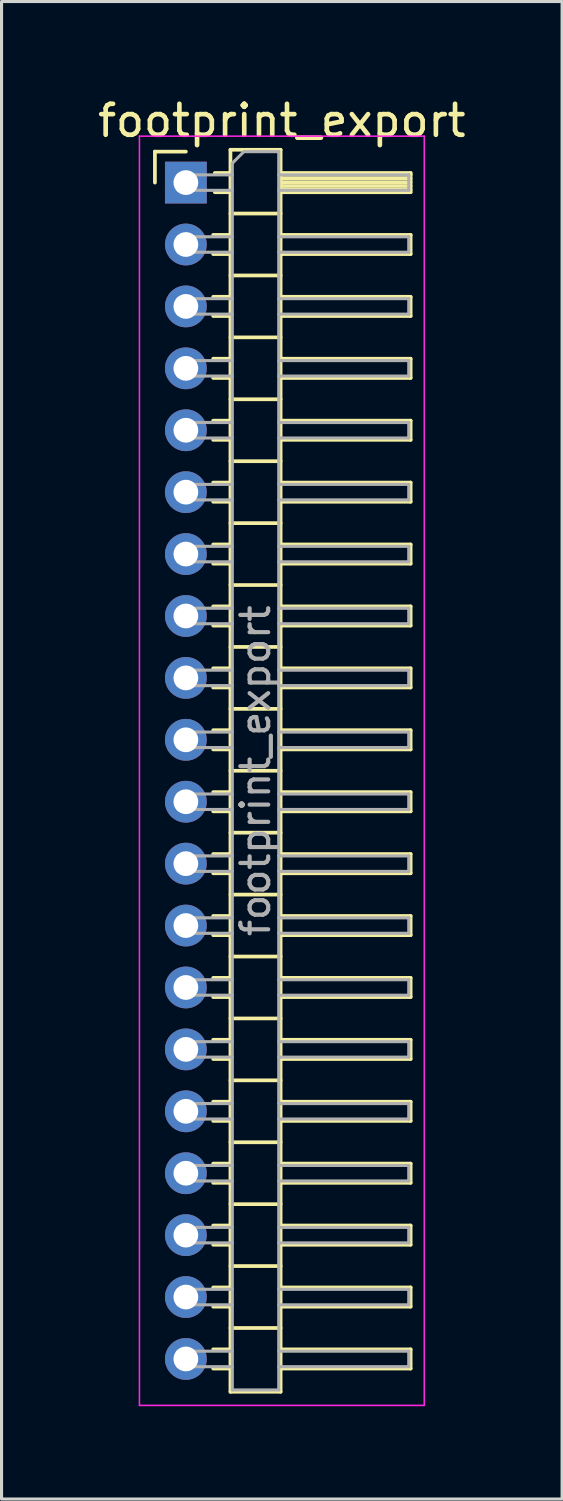
<source format=kicad_pcb>
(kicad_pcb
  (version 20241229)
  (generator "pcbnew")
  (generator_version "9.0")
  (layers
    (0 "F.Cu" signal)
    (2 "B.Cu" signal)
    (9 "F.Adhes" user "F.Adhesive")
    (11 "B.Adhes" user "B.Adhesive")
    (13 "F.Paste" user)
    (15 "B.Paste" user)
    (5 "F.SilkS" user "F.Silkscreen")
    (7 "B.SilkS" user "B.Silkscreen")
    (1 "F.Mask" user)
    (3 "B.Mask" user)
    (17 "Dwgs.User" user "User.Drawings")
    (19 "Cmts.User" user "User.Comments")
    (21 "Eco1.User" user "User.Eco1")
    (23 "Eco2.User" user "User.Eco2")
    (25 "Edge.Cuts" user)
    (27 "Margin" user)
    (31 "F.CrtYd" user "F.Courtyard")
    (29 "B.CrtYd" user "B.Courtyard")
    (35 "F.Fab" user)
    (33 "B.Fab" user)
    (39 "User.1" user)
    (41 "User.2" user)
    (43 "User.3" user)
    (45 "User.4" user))
  (footprint "footprint_export"
    (layer "F.Cu")
    (at 2.954 2.848)
    (property "Reference" "footprint_export" (at 3.1 -2 0) (layer "F.SilkS") (effects (font (size 1 1) (thickness 0.15))))
    (attr through_hole)
    (fp_line (start -1 -1) (end 0 -1) (stroke (width 0.12) (type solid)) (layer "F.SilkS"))
    (fp_line (start -1 0) (end -1 -1) (stroke (width 0.12) (type solid)) (layer "F.SilkS"))
    (fp_line (start 0.882 1.69) (end 1.44 1.69) (stroke (width 0.12) (type solid)) (layer "F.SilkS"))
    (fp_line (start 0.882 2.31) (end 1.44 2.31) (stroke (width 0.12) (type solid)) (layer "F.SilkS"))
    (fp_line (start 0.882 3.69) (end 1.44 3.69) (stroke (width 0.12) (type solid)) (layer "F.SilkS"))
    (fp_line (start 0.882 4.31) (end 1.44 4.31) (stroke (width 0.12) (type solid)) (layer "F.SilkS"))
    (fp_line (start 0.882 5.69) (end 1.44 5.69) (stroke (width 0.12) (type solid)) (layer "F.SilkS"))
    (fp_line (start 0.882 6.31) (end 1.44 6.31) (stroke (width 0.12) (type solid)) (layer "F.SilkS"))
    (fp_line (start 0.882 7.69) (end 1.44 7.69) (stroke (width 0.12) (type solid)) (layer "F.SilkS"))
    (fp_line (start 0.882 8.31) (end 1.44 8.31) (stroke (width 0.12) (type solid)) (layer "F.SilkS"))
    (fp_line (start 0.882 9.69) (end 1.44 9.69) (stroke (width 0.12) (type solid)) (layer "F.SilkS"))
    (fp_line (start 0.882 10.31) (end 1.44 10.31) (stroke (width 0.12) (type solid)) (layer "F.SilkS"))
    (fp_line (start 0.882 11.69) (end 1.44 11.69) (stroke (width 0.12) (type solid)) (layer "F.SilkS"))
    (fp_line (start 0.882 12.31) (end 1.44 12.31) (stroke (width 0.12) (type solid)) (layer "F.SilkS"))
    (fp_line (start 0.882 13.69) (end 1.44 13.69) (stroke (width 0.12) (type solid)) (layer "F.SilkS"))
    (fp_line (start 0.882 14.31) (end 1.44 14.31) (stroke (width 0.12) (type solid)) (layer "F.SilkS"))
    (fp_line (start 0.882 15.69) (end 1.44 15.69) (stroke (width 0.12) (type solid)) (layer "F.SilkS"))
    (fp_line (start 0.882 16.31) (end 1.44 16.31) (stroke (width 0.12) (type solid)) (layer "F.SilkS"))
    (fp_line (start 0.882 17.69) (end 1.44 17.69) (stroke (width 0.12) (type solid)) (layer "F.SilkS"))
    (fp_line (start 0.882 18.31) (end 1.44 18.31) (stroke (width 0.12) (type solid)) (layer "F.SilkS"))
    (fp_line (start 0.882 19.69) (end 1.44 19.69) (stroke (width 0.12) (type solid)) (layer "F.SilkS"))
    (fp_line (start 0.882 20.31) (end 1.44 20.31) (stroke (width 0.12) (type solid)) (layer "F.SilkS"))
    (fp_line (start 0.882 21.69) (end 1.44 21.69) (stroke (width 0.12) (type solid)) (layer "F.SilkS"))
    (fp_line (start 0.882 22.31) (end 1.44 22.31) (stroke (width 0.12) (type solid)) (layer "F.SilkS"))
    (fp_line (start 0.882 23.69) (end 1.44 23.69) (stroke (width 0.12) (type solid)) (layer "F.SilkS"))
    (fp_line (start 0.882 24.31) (end 1.44 24.31) (stroke (width 0.12) (type solid)) (layer "F.SilkS"))
    (fp_line (start 0.882 25.69) (end 1.44 25.69) (stroke (width 0.12) (type solid)) (layer "F.SilkS"))
    (fp_line (start 0.882 26.31) (end 1.44 26.31) (stroke (width 0.12) (type solid)) (layer "F.SilkS"))
    (fp_line (start 0.882 27.69) (end 1.44 27.69) (stroke (width 0.12) (type solid)) (layer "F.SilkS"))
    (fp_line (start 0.882 28.31) (end 1.44 28.31) (stroke (width 0.12) (type solid)) (layer "F.SilkS"))
    (fp_line (start 0.882 29.69) (end 1.44 29.69) (stroke (width 0.12) (type solid)) (layer "F.SilkS"))
    (fp_line (start 0.882 30.31) (end 1.44 30.31) (stroke (width 0.12) (type solid)) (layer "F.SilkS"))
    (fp_line (start 0.882 31.69) (end 1.44 31.69) (stroke (width 0.12) (type solid)) (layer "F.SilkS"))
    (fp_line (start 0.882 32.31) (end 1.44 32.31) (stroke (width 0.12) (type solid)) (layer "F.SilkS"))
    (fp_line (start 0.882 33.69) (end 1.44 33.69) (stroke (width 0.12) (type solid)) (layer "F.SilkS"))
    (fp_line (start 0.882 34.31) (end 1.44 34.31) (stroke (width 0.12) (type solid)) (layer "F.SilkS"))
    (fp_line (start 0.882 35.69) (end 1.44 35.69) (stroke (width 0.12) (type solid)) (layer "F.SilkS"))
    (fp_line (start 0.882 36.31) (end 1.44 36.31) (stroke (width 0.12) (type solid)) (layer "F.SilkS"))
    (fp_line (start 0.882 37.69) (end 1.44 37.69) (stroke (width 0.12) (type solid)) (layer "F.SilkS"))
    (fp_line (start 0.882 38.31) (end 1.44 38.31) (stroke (width 0.12) (type solid)) (layer "F.SilkS"))
    (fp_line (start 0.935 -0.31) (end 1.44 -0.31) (stroke (width 0.12) (type solid)) (layer "F.SilkS"))
    (fp_line (start 0.935 0.31) (end 1.44 0.31) (stroke (width 0.12) (type solid)) (layer "F.SilkS"))
    (fp_line (start 1.44 -1.06) (end 1.44 39.06) (stroke (width 0.12) (type solid)) (layer "F.SilkS"))
    (fp_line (start 1.44 1) (end 3.06 1) (stroke (width 0.12) (type solid)) (layer "F.SilkS"))
    (fp_line (start 1.44 3) (end 3.06 3) (stroke (width 0.12) (type solid)) (layer "F.SilkS"))
    (fp_line (start 1.44 5) (end 3.06 5) (stroke (width 0.12) (type solid)) (layer "F.SilkS"))
    (fp_line (start 1.44 7) (end 3.06 7) (stroke (width 0.12) (type solid)) (layer "F.SilkS"))
    (fp_line (start 1.44 9) (end 3.06 9) (stroke (width 0.12) (type solid)) (layer "F.SilkS"))
    (fp_line (start 1.44 11) (end 3.06 11) (stroke (width 0.12) (type solid)) (layer "F.SilkS"))
    (fp_line (start 1.44 13) (end 3.06 13) (stroke (width 0.12) (type solid)) (layer "F.SilkS"))
    (fp_line (start 1.44 15) (end 3.06 15) (stroke (width 0.12) (type solid)) (layer "F.SilkS"))
    (fp_line (start 1.44 17) (end 3.06 17) (stroke (width 0.12) (type solid)) (layer "F.SilkS"))
    (fp_line (start 1.44 19) (end 3.06 19) (stroke (width 0.12) (type solid)) (layer "F.SilkS"))
    (fp_line (start 1.44 21) (end 3.06 21) (stroke (width 0.12) (type solid)) (layer "F.SilkS"))
    (fp_line (start 1.44 23) (end 3.06 23) (stroke (width 0.12) (type solid)) (layer "F.SilkS"))
    (fp_line (start 1.44 25) (end 3.06 25) (stroke (width 0.12) (type solid)) (layer "F.SilkS"))
    (fp_line (start 1.44 27) (end 3.06 27) (stroke (width 0.12) (type solid)) (layer "F.SilkS"))
    (fp_line (start 1.44 29) (end 3.06 29) (stroke (width 0.12) (type solid)) (layer "F.SilkS"))
    (fp_line (start 1.44 31) (end 3.06 31) (stroke (width 0.12) (type solid)) (layer "F.SilkS"))
    (fp_line (start 1.44 33) (end 3.06 33) (stroke (width 0.12) (type solid)) (layer "F.SilkS"))
    (fp_line (start 1.44 35) (end 3.06 35) (stroke (width 0.12) (type solid)) (layer "F.SilkS"))
    (fp_line (start 1.44 37) (end 3.06 37) (stroke (width 0.12) (type solid)) (layer "F.SilkS"))
    (fp_line (start 1.44 39.06) (end 3.06 39.06) (stroke (width 0.12) (type solid)) (layer "F.SilkS"))
    (fp_line (start 3.06 -1.06) (end 1.44 -1.06) (stroke (width 0.12) (type solid)) (layer "F.SilkS"))
    (fp_line (start 3.06 -0.31) (end 7.26 -0.31) (stroke (width 0.12) (type solid)) (layer "F.SilkS"))
    (fp_line (start 3.06 -0.25) (end 7.26 -0.25) (stroke (width 0.12) (type solid)) (layer "F.SilkS"))
    (fp_line (start 3.06 -0.13) (end 7.26 -0.13) (stroke (width 0.12) (type solid)) (layer "F.SilkS"))
    (fp_line (start 3.06 -0.01) (end 7.26 -0.01) (stroke (width 0.12) (type solid)) (layer "F.SilkS"))
    (fp_line (start 3.06 0.11) (end 7.26 0.11) (stroke (width 0.12) (type solid)) (layer "F.SilkS"))
    (fp_line (start 3.06 0.23) (end 7.26 0.23) (stroke (width 0.12) (type solid)) (layer "F.SilkS"))
    (fp_line (start 3.06 1.69) (end 7.26 1.69) (stroke (width 0.12) (type solid)) (layer "F.SilkS"))
    (fp_line (start 3.06 3.69) (end 7.26 3.69) (stroke (width 0.12) (type solid)) (layer "F.SilkS"))
    (fp_line (start 3.06 5.69) (end 7.26 5.69) (stroke (width 0.12) (type solid)) (layer "F.SilkS"))
    (fp_line (start 3.06 7.69) (end 7.26 7.69) (stroke (width 0.12) (type solid)) (layer "F.SilkS"))
    (fp_line (start 3.06 9.69) (end 7.26 9.69) (stroke (width 0.12) (type solid)) (layer "F.SilkS"))
    (fp_line (start 3.06 11.69) (end 7.26 11.69) (stroke (width 0.12) (type solid)) (layer "F.SilkS"))
    (fp_line (start 3.06 13.69) (end 7.26 13.69) (stroke (width 0.12) (type solid)) (layer "F.SilkS"))
    (fp_line (start 3.06 15.69) (end 7.26 15.69) (stroke (width 0.12) (type solid)) (layer "F.SilkS"))
    (fp_line (start 3.06 17.69) (end 7.26 17.69) (stroke (width 0.12) (type solid)) (layer "F.SilkS"))
    (fp_line (start 3.06 19.69) (end 7.26 19.69) (stroke (width 0.12) (type solid)) (layer "F.SilkS"))
    (fp_line (start 3.06 21.69) (end 7.26 21.69) (stroke (width 0.12) (type solid)) (layer "F.SilkS"))
    (fp_line (start 3.06 23.69) (end 7.26 23.69) (stroke (width 0.12) (type solid)) (layer "F.SilkS"))
    (fp_line (start 3.06 25.69) (end 7.26 25.69) (stroke (width 0.12) (type solid)) (layer "F.SilkS"))
    (fp_line (start 3.06 27.69) (end 7.26 27.69) (stroke (width 0.12) (type solid)) (layer "F.SilkS"))
    (fp_line (start 3.06 29.69) (end 7.26 29.69) (stroke (width 0.12) (type solid)) (layer "F.SilkS"))
    (fp_line (start 3.06 31.69) (end 7.26 31.69) (stroke (width 0.12) (type solid)) (layer "F.SilkS"))
    (fp_line (start 3.06 33.69) (end 7.26 33.69) (stroke (width 0.12) (type solid)) (layer "F.SilkS"))
    (fp_line (start 3.06 35.69) (end 7.26 35.69) (stroke (width 0.12) (type solid)) (layer "F.SilkS"))
    (fp_line (start 3.06 37.69) (end 7.26 37.69) (stroke (width 0.12) (type solid)) (layer "F.SilkS"))
    (fp_line (start 3.06 39.06) (end 3.06 -1.06) (stroke (width 0.12) (type solid)) (layer "F.SilkS"))
    (fp_line (start 7.26 -0.31) (end 7.26 0.31) (stroke (width 0.12) (type solid)) (layer "F.SilkS"))
    (fp_line (start 7.26 0.31) (end 3.06 0.31) (stroke (width 0.12) (type solid)) (layer "F.SilkS"))
    (fp_line (start 7.26 1.69) (end 7.26 2.31) (stroke (width 0.12) (type solid)) (layer "F.SilkS"))
    (fp_line (start 7.26 2.31) (end 3.06 2.31) (stroke (width 0.12) (type solid)) (layer "F.SilkS"))
    (fp_line (start 7.26 3.69) (end 7.26 4.31) (stroke (width 0.12) (type solid)) (layer "F.SilkS"))
    (fp_line (start 7.26 4.31) (end 3.06 4.31) (stroke (width 0.12) (type solid)) (layer "F.SilkS"))
    (fp_line (start 7.26 5.69) (end 7.26 6.31) (stroke (width 0.12) (type solid)) (layer "F.SilkS"))
    (fp_line (start 7.26 6.31) (end 3.06 6.31) (stroke (width 0.12) (type solid)) (layer "F.SilkS"))
    (fp_line (start 7.26 7.69) (end 7.26 8.31) (stroke (width 0.12) (type solid)) (layer "F.SilkS"))
    (fp_line (start 7.26 8.31) (end 3.06 8.31) (stroke (width 0.12) (type solid)) (layer "F.SilkS"))
    (fp_line (start 7.26 9.69) (end 7.26 10.31) (stroke (width 0.12) (type solid)) (layer "F.SilkS"))
    (fp_line (start 7.26 10.31) (end 3.06 10.31) (stroke (width 0.12) (type solid)) (layer "F.SilkS"))
    (fp_line (start 7.26 11.69) (end 7.26 12.31) (stroke (width 0.12) (type solid)) (layer "F.SilkS"))
    (fp_line (start 7.26 12.31) (end 3.06 12.31) (stroke (width 0.12) (type solid)) (layer "F.SilkS"))
    (fp_line (start 7.26 13.69) (end 7.26 14.31) (stroke (width 0.12) (type solid)) (layer "F.SilkS"))
    (fp_line (start 7.26 14.31) (end 3.06 14.31) (stroke (width 0.12) (type solid)) (layer "F.SilkS"))
    (fp_line (start 7.26 15.69) (end 7.26 16.31) (stroke (width 0.12) (type solid)) (layer "F.SilkS"))
    (fp_line (start 7.26 16.31) (end 3.06 16.31) (stroke (width 0.12) (type solid)) (layer "F.SilkS"))
    (fp_line (start 7.26 17.69) (end 7.26 18.31) (stroke (width 0.12) (type solid)) (layer "F.SilkS"))
    (fp_line (start 7.26 18.31) (end 3.06 18.31) (stroke (width 0.12) (type solid)) (layer "F.SilkS"))
    (fp_line (start 7.26 19.69) (end 7.26 20.31) (stroke (width 0.12) (type solid)) (layer "F.SilkS"))
    (fp_line (start 7.26 20.31) (end 3.06 20.31) (stroke (width 0.12) (type solid)) (layer "F.SilkS"))
    (fp_line (start 7.26 21.69) (end 7.26 22.31) (stroke (width 0.12) (type solid)) (layer "F.SilkS"))
    (fp_line (start 7.26 22.31) (end 3.06 22.31) (stroke (width 0.12) (type solid)) (layer "F.SilkS"))
    (fp_line (start 7.26 23.69) (end 7.26 24.31) (stroke (width 0.12) (type solid)) (layer "F.SilkS"))
    (fp_line (start 7.26 24.31) (end 3.06 24.31) (stroke (width 0.12) (type solid)) (layer "F.SilkS"))
    (fp_line (start 7.26 25.69) (end 7.26 26.31) (stroke (width 0.12) (type solid)) (layer "F.SilkS"))
    (fp_line (start 7.26 26.31) (end 3.06 26.31) (stroke (width 0.12) (type solid)) (layer "F.SilkS"))
    (fp_line (start 7.26 27.69) (end 7.26 28.31) (stroke (width 0.12) (type solid)) (layer "F.SilkS"))
    (fp_line (start 7.26 28.31) (end 3.06 28.31) (stroke (width 0.12) (type solid)) (layer "F.SilkS"))
    (fp_line (start 7.26 29.69) (end 7.26 30.31) (stroke (width 0.12) (type solid)) (layer "F.SilkS"))
    (fp_line (start 7.26 30.31) (end 3.06 30.31) (stroke (width 0.12) (type solid)) (layer "F.SilkS"))
    (fp_line (start 7.26 31.69) (end 7.26 32.31) (stroke (width 0.12) (type solid)) (layer "F.SilkS"))
    (fp_line (start 7.26 32.31) (end 3.06 32.31) (stroke (width 0.12) (type solid)) (layer "F.SilkS"))
    (fp_line (start 7.26 33.69) (end 7.26 34.31) (stroke (width 0.12) (type solid)) (layer "F.SilkS"))
    (fp_line (start 7.26 34.31) (end 3.06 34.31) (stroke (width 0.12) (type solid)) (layer "F.SilkS"))
    (fp_line (start 7.26 35.69) (end 7.26 36.31) (stroke (width 0.12) (type solid)) (layer "F.SilkS"))
    (fp_line (start 7.26 36.31) (end 3.06 36.31) (stroke (width 0.12) (type solid)) (layer "F.SilkS"))
    (fp_line (start 7.26 37.69) (end 7.26 38.31) (stroke (width 0.12) (type solid)) (layer "F.SilkS"))
    (fp_line (start 7.26 38.31) (end 3.06 38.31) (stroke (width 0.12) (type solid)) (layer "F.SilkS"))
    (fp_line (start -1.5 -1.5) (end -1.5 39.5) (stroke (width 0.05) (type solid)) (layer "F.CrtYd"))
    (fp_line (start -1.5 39.5) (end 7.7 39.5) (stroke (width 0.05) (type solid)) (layer "F.CrtYd"))
    (fp_line (start 7.7 -1.5) (end -1.5 -1.5) (stroke (width 0.05) (type solid)) (layer "F.CrtYd"))
    (fp_line (start 7.7 39.5) (end 7.7 -1.5) (stroke (width 0.05) (type solid)) (layer "F.CrtYd"))
    (fp_line (start -0.25 -0.25) (end -0.25 0.25) (stroke (width 0.1) (type solid)) (layer "F.Fab"))
    (fp_line (start -0.25 -0.25) (end 1.5 -0.25) (stroke (width 0.1) (type solid)) (layer "F.Fab"))
    (fp_line (start -0.25 0.25) (end 1.5 0.25) (stroke (width 0.1) (type solid)) (layer "F.Fab"))
    (fp_line (start -0.25 1.75) (end -0.25 2.25) (stroke (width 0.1) (type solid)) (layer "F.Fab"))
    (fp_line (start -0.25 1.75) (end 1.5 1.75) (stroke (width 0.1) (type solid)) (layer "F.Fab"))
    (fp_line (start -0.25 2.25) (end 1.5 2.25) (stroke (width 0.1) (type solid)) (layer "F.Fab"))
    (fp_line (start -0.25 3.75) (end -0.25 4.25) (stroke (width 0.1) (type solid)) (layer "F.Fab"))
    (fp_line (start -0.25 3.75) (end 1.5 3.75) (stroke (width 0.1) (type solid)) (layer "F.Fab"))
    (fp_line (start -0.25 4.25) (end 1.5 4.25) (stroke (width 0.1) (type solid)) (layer "F.Fab"))
    (fp_line (start -0.25 5.75) (end -0.25 6.25) (stroke (width 0.1) (type solid)) (layer "F.Fab"))
    (fp_line (start -0.25 5.75) (end 1.5 5.75) (stroke (width 0.1) (type solid)) (layer "F.Fab"))
    (fp_line (start -0.25 6.25) (end 1.5 6.25) (stroke (width 0.1) (type solid)) (layer "F.Fab"))
    (fp_line (start -0.25 7.75) (end -0.25 8.25) (stroke (width 0.1) (type solid)) (layer "F.Fab"))
    (fp_line (start -0.25 7.75) (end 1.5 7.75) (stroke (width 0.1) (type solid)) (layer "F.Fab"))
    (fp_line (start -0.25 8.25) (end 1.5 8.25) (stroke (width 0.1) (type solid)) (layer "F.Fab"))
    (fp_line (start -0.25 9.75) (end -0.25 10.25) (stroke (width 0.1) (type solid)) (layer "F.Fab"))
    (fp_line (start -0.25 9.75) (end 1.5 9.75) (stroke (width 0.1) (type solid)) (layer "F.Fab"))
    (fp_line (start -0.25 10.25) (end 1.5 10.25) (stroke (width 0.1) (type solid)) (layer "F.Fab"))
    (fp_line (start -0.25 11.75) (end -0.25 12.25) (stroke (width 0.1) (type solid)) (layer "F.Fab"))
    (fp_line (start -0.25 11.75) (end 1.5 11.75) (stroke (width 0.1) (type solid)) (layer "F.Fab"))
    (fp_line (start -0.25 12.25) (end 1.5 12.25) (stroke (width 0.1) (type solid)) (layer "F.Fab"))
    (fp_line (start -0.25 13.75) (end -0.25 14.25) (stroke (width 0.1) (type solid)) (layer "F.Fab"))
    (fp_line (start -0.25 13.75) (end 1.5 13.75) (stroke (width 0.1) (type solid)) (layer "F.Fab"))
    (fp_line (start -0.25 14.25) (end 1.5 14.25) (stroke (width 0.1) (type solid)) (layer "F.Fab"))
    (fp_line (start -0.25 15.75) (end -0.25 16.25) (stroke (width 0.1) (type solid)) (layer "F.Fab"))
    (fp_line (start -0.25 15.75) (end 1.5 15.75) (stroke (width 0.1) (type solid)) (layer "F.Fab"))
    (fp_line (start -0.25 16.25) (end 1.5 16.25) (stroke (width 0.1) (type solid)) (layer "F.Fab"))
    (fp_line (start -0.25 17.75) (end -0.25 18.25) (stroke (width 0.1) (type solid)) (layer "F.Fab"))
    (fp_line (start -0.25 17.75) (end 1.5 17.75) (stroke (width 0.1) (type solid)) (layer "F.Fab"))
    (fp_line (start -0.25 18.25) (end 1.5 18.25) (stroke (width 0.1) (type solid)) (layer "F.Fab"))
    (fp_line (start -0.25 19.75) (end -0.25 20.25) (stroke (width 0.1) (type solid)) (layer "F.Fab"))
    (fp_line (start -0.25 19.75) (end 1.5 19.75) (stroke (width 0.1) (type solid)) (layer "F.Fab"))
    (fp_line (start -0.25 20.25) (end 1.5 20.25) (stroke (width 0.1) (type solid)) (layer "F.Fab"))
    (fp_line (start -0.25 21.75) (end -0.25 22.25) (stroke (width 0.1) (type solid)) (layer "F.Fab"))
    (fp_line (start -0.25 21.75) (end 1.5 21.75) (stroke (width 0.1) (type solid)) (layer "F.Fab"))
    (fp_line (start -0.25 22.25) (end 1.5 22.25) (stroke (width 0.1) (type solid)) (layer "F.Fab"))
    (fp_line (start -0.25 23.75) (end -0.25 24.25) (stroke (width 0.1) (type solid)) (layer "F.Fab"))
    (fp_line (start -0.25 23.75) (end 1.5 23.75) (stroke (width 0.1) (type solid)) (layer "F.Fab"))
    (fp_line (start -0.25 24.25) (end 1.5 24.25) (stroke (width 0.1) (type solid)) (layer "F.Fab"))
    (fp_line (start -0.25 25.75) (end -0.25 26.25) (stroke (width 0.1) (type solid)) (layer "F.Fab"))
    (fp_line (start -0.25 25.75) (end 1.5 25.75) (stroke (width 0.1) (type solid)) (layer "F.Fab"))
    (fp_line (start -0.25 26.25) (end 1.5 26.25) (stroke (width 0.1) (type solid)) (layer "F.Fab"))
    (fp_line (start -0.25 27.75) (end -0.25 28.25) (stroke (width 0.1) (type solid)) (layer "F.Fab"))
    (fp_line (start -0.25 27.75) (end 1.5 27.75) (stroke (width 0.1) (type solid)) (layer "F.Fab"))
    (fp_line (start -0.25 28.25) (end 1.5 28.25) (stroke (width 0.1) (type solid)) (layer "F.Fab"))
    (fp_line (start -0.25 29.75) (end -0.25 30.25) (stroke (width 0.1) (type solid)) (layer "F.Fab"))
    (fp_line (start -0.25 29.75) (end 1.5 29.75) (stroke (width 0.1) (type solid)) (layer "F.Fab"))
    (fp_line (start -0.25 30.25) (end 1.5 30.25) (stroke (width 0.1) (type solid)) (layer "F.Fab"))
    (fp_line (start -0.25 31.75) (end -0.25 32.25) (stroke (width 0.1) (type solid)) (layer "F.Fab"))
    (fp_line (start -0.25 31.75) (end 1.5 31.75) (stroke (width 0.1) (type solid)) (layer "F.Fab"))
    (fp_line (start -0.25 32.25) (end 1.5 32.25) (stroke (width 0.1) (type solid)) (layer "F.Fab"))
    (fp_line (start -0.25 33.75) (end -0.25 34.25) (stroke (width 0.1) (type solid)) (layer "F.Fab"))
    (fp_line (start -0.25 33.75) (end 1.5 33.75) (stroke (width 0.1) (type solid)) (layer "F.Fab"))
    (fp_line (start -0.25 34.25) (end 1.5 34.25) (stroke (width 0.1) (type solid)) (layer "F.Fab"))
    (fp_line (start -0.25 35.75) (end -0.25 36.25) (stroke (width 0.1) (type solid)) (layer "F.Fab"))
    (fp_line (start -0.25 35.75) (end 1.5 35.75) (stroke (width 0.1) (type solid)) (layer "F.Fab"))
    (fp_line (start -0.25 36.25) (end 1.5 36.25) (stroke (width 0.1) (type solid)) (layer "F.Fab"))
    (fp_line (start -0.25 37.75) (end -0.25 38.25) (stroke (width 0.1) (type solid)) (layer "F.Fab"))
    (fp_line (start -0.25 37.75) (end 1.5 37.75) (stroke (width 0.1) (type solid)) (layer "F.Fab"))
    (fp_line (start -0.25 38.25) (end 1.5 38.25) (stroke (width 0.1) (type solid)) (layer "F.Fab"))
    (fp_line (start 1.5 -0.625) (end 1.875 -1) (stroke (width 0.1) (type solid)) (layer "F.Fab"))
    (fp_line (start 1.5 39) (end 1.5 -0.625) (stroke (width 0.1) (type solid)) (layer "F.Fab"))
    (fp_line (start 1.875 -1) (end 3 -1) (stroke (width 0.1) (type solid)) (layer "F.Fab"))
    (fp_line (start 3 -1) (end 3 39) (stroke (width 0.1) (type solid)) (layer "F.Fab"))
    (fp_line (start 3 -0.25) (end 7.2 -0.25) (stroke (width 0.1) (type solid)) (layer "F.Fab"))
    (fp_line (start 3 0.25) (end 7.2 0.25) (stroke (width 0.1) (type solid)) (layer "F.Fab"))
    (fp_line (start 3 1.75) (end 7.2 1.75) (stroke (width 0.1) (type solid)) (layer "F.Fab"))
    (fp_line (start 3 2.25) (end 7.2 2.25) (stroke (width 0.1) (type solid)) (layer "F.Fab"))
    (fp_line (start 3 3.75) (end 7.2 3.75) (stroke (width 0.1) (type solid)) (layer "F.Fab"))
    (fp_line (start 3 4.25) (end 7.2 4.25) (stroke (width 0.1) (type solid)) (layer "F.Fab"))
    (fp_line (start 3 5.75) (end 7.2 5.75) (stroke (width 0.1) (type solid)) (layer "F.Fab"))
    (fp_line (start 3 6.25) (end 7.2 6.25) (stroke (width 0.1) (type solid)) (layer "F.Fab"))
    (fp_line (start 3 7.75) (end 7.2 7.75) (stroke (width 0.1) (type solid)) (layer "F.Fab"))
    (fp_line (start 3 8.25) (end 7.2 8.25) (stroke (width 0.1) (type solid)) (layer "F.Fab"))
    (fp_line (start 3 9.75) (end 7.2 9.75) (stroke (width 0.1) (type solid)) (layer "F.Fab"))
    (fp_line (start 3 10.25) (end 7.2 10.25) (stroke (width 0.1) (type solid)) (layer "F.Fab"))
    (fp_line (start 3 11.75) (end 7.2 11.75) (stroke (width 0.1) (type solid)) (layer "F.Fab"))
    (fp_line (start 3 12.25) (end 7.2 12.25) (stroke (width 0.1) (type solid)) (layer "F.Fab"))
    (fp_line (start 3 13.75) (end 7.2 13.75) (stroke (width 0.1) (type solid)) (layer "F.Fab"))
    (fp_line (start 3 14.25) (end 7.2 14.25) (stroke (width 0.1) (type solid)) (layer "F.Fab"))
    (fp_line (start 3 15.75) (end 7.2 15.75) (stroke (width 0.1) (type solid)) (layer "F.Fab"))
    (fp_line (start 3 16.25) (end 7.2 16.25) (stroke (width 0.1) (type solid)) (layer "F.Fab"))
    (fp_line (start 3 17.75) (end 7.2 17.75) (stroke (width 0.1) (type solid)) (layer "F.Fab"))
    (fp_line (start 3 18.25) (end 7.2 18.25) (stroke (width 0.1) (type solid)) (layer "F.Fab"))
    (fp_line (start 3 19.75) (end 7.2 19.75) (stroke (width 0.1) (type solid)) (layer "F.Fab"))
    (fp_line (start 3 20.25) (end 7.2 20.25) (stroke (width 0.1) (type solid)) (layer "F.Fab"))
    (fp_line (start 3 21.75) (end 7.2 21.75) (stroke (width 0.1) (type solid)) (layer "F.Fab"))
    (fp_line (start 3 22.25) (end 7.2 22.25) (stroke (width 0.1) (type solid)) (layer "F.Fab"))
    (fp_line (start 3 23.75) (end 7.2 23.75) (stroke (width 0.1) (type solid)) (layer "F.Fab"))
    (fp_line (start 3 24.25) (end 7.2 24.25) (stroke (width 0.1) (type solid)) (layer "F.Fab"))
    (fp_line (start 3 25.75) (end 7.2 25.75) (stroke (width 0.1) (type solid)) (layer "F.Fab"))
    (fp_line (start 3 26.25) (end 7.2 26.25) (stroke (width 0.1) (type solid)) (layer "F.Fab"))
    (fp_line (start 3 27.75) (end 7.2 27.75) (stroke (width 0.1) (type solid)) (layer "F.Fab"))
    (fp_line (start 3 28.25) (end 7.2 28.25) (stroke (width 0.1) (type solid)) (layer "F.Fab"))
    (fp_line (start 3 29.75) (end 7.2 29.75) (stroke (width 0.1) (type solid)) (layer "F.Fab"))
    (fp_line (start 3 30.25) (end 7.2 30.25) (stroke (width 0.1) (type solid)) (layer "F.Fab"))
    (fp_line (start 3 31.75) (end 7.2 31.75) (stroke (width 0.1) (type solid)) (layer "F.Fab"))
    (fp_line (start 3 32.25) (end 7.2 32.25) (stroke (width 0.1) (type solid)) (layer "F.Fab"))
    (fp_line (start 3 33.75) (end 7.2 33.75) (stroke (width 0.1) (type solid)) (layer "F.Fab"))
    (fp_line (start 3 34.25) (end 7.2 34.25) (stroke (width 0.1) (type solid)) (layer "F.Fab"))
    (fp_line (start 3 35.75) (end 7.2 35.75) (stroke (width 0.1) (type solid)) (layer "F.Fab"))
    (fp_line (start 3 36.25) (end 7.2 36.25) (stroke (width 0.1) (type solid)) (layer "F.Fab"))
    (fp_line (start 3 37.75) (end 7.2 37.75) (stroke (width 0.1) (type solid)) (layer "F.Fab"))
    (fp_line (start 3 38.25) (end 7.2 38.25) (stroke (width 0.1) (type solid)) (layer "F.Fab"))
    (fp_line (start 3 39) (end 1.5 39) (stroke (width 0.1) (type solid)) (layer "F.Fab"))
    (fp_line (start 7.2 -0.25) (end 7.2 0.25) (stroke (width 0.1) (type solid)) (layer "F.Fab"))
    (fp_line (start 7.2 1.75) (end 7.2 2.25) (stroke (width 0.1) (type solid)) (layer "F.Fab"))
    (fp_line (start 7.2 3.75) (end 7.2 4.25) (stroke (width 0.1) (type solid)) (layer "F.Fab"))
    (fp_line (start 7.2 5.75) (end 7.2 6.25) (stroke (width 0.1) (type solid)) (layer "F.Fab"))
    (fp_line (start 7.2 7.75) (end 7.2 8.25) (stroke (width 0.1) (type solid)) (layer "F.Fab"))
    (fp_line (start 7.2 9.75) (end 7.2 10.25) (stroke (width 0.1) (type solid)) (layer "F.Fab"))
    (fp_line (start 7.2 11.75) (end 7.2 12.25) (stroke (width 0.1) (type solid)) (layer "F.Fab"))
    (fp_line (start 7.2 13.75) (end 7.2 14.25) (stroke (width 0.1) (type solid)) (layer "F.Fab"))
    (fp_line (start 7.2 15.75) (end 7.2 16.25) (stroke (width 0.1) (type solid)) (layer "F.Fab"))
    (fp_line (start 7.2 17.75) (end 7.2 18.25) (stroke (width 0.1) (type solid)) (layer "F.Fab"))
    (fp_line (start 7.2 19.75) (end 7.2 20.25) (stroke (width 0.1) (type solid)) (layer "F.Fab"))
    (fp_line (start 7.2 21.75) (end 7.2 22.25) (stroke (width 0.1) (type solid)) (layer "F.Fab"))
    (fp_line (start 7.2 23.75) (end 7.2 24.25) (stroke (width 0.1) (type solid)) (layer "F.Fab"))
    (fp_line (start 7.2 25.75) (end 7.2 26.25) (stroke (width 0.1) (type solid)) (layer "F.Fab"))
    (fp_line (start 7.2 27.75) (end 7.2 28.25) (stroke (width 0.1) (type solid)) (layer "F.Fab"))
    (fp_line (start 7.2 29.75) (end 7.2 30.25) (stroke (width 0.1) (type solid)) (layer "F.Fab"))
    (fp_line (start 7.2 31.75) (end 7.2 32.25) (stroke (width 0.1) (type solid)) (layer "F.Fab"))
    (fp_line (start 7.2 33.75) (end 7.2 34.25) (stroke (width 0.1) (type solid)) (layer "F.Fab"))
    (fp_line (start 7.2 35.75) (end 7.2 36.25) (stroke (width 0.1) (type solid)) (layer "F.Fab"))
    (fp_line (start 7.2 37.75) (end 7.2 38.25) (stroke (width 0.1) (type solid)) (layer "F.Fab"))
    (fp_text user "${REFERENCE}" (at 2.25 19 90) (layer "F.Fab") (effects (font (size 0.9 0.9) (thickness 0.135))))
    (pad "1" thru_hole rect (at 0 0) (size 1.35 1.35) (drill 0.8) (layers "*.Cu" "*.Mask"))
    (pad "2" thru_hole oval (at 0 2) (size 1.35 1.35) (drill 0.8) (layers "*.Cu" "*.Mask"))
    (pad "3" thru_hole oval (at 0 4) (size 1.35 1.35) (drill 0.8) (layers "*.Cu" "*.Mask"))
    (pad "4" thru_hole oval (at 0 6) (size 1.35 1.35) (drill 0.8) (layers "*.Cu" "*.Mask"))
    (pad "5" thru_hole oval (at 0 8) (size 1.35 1.35) (drill 0.8) (layers "*.Cu" "*.Mask"))
    (pad "6" thru_hole oval (at 0 10) (size 1.35 1.35) (drill 0.8) (layers "*.Cu" "*.Mask"))
    (pad "7" thru_hole oval (at 0 12) (size 1.35 1.35) (drill 0.8) (layers "*.Cu" "*.Mask"))
    (pad "8" thru_hole oval (at 0 14) (size 1.35 1.35) (drill 0.8) (layers "*.Cu" "*.Mask"))
    (pad "9" thru_hole oval (at 0 16) (size 1.35 1.35) (drill 0.8) (layers "*.Cu" "*.Mask"))
    (pad "10" thru_hole oval (at 0 18) (size 1.35 1.35) (drill 0.8) (layers "*.Cu" "*.Mask"))
    (pad "11" thru_hole oval (at 0 20) (size 1.35 1.35) (drill 0.8) (layers "*.Cu" "*.Mask"))
    (pad "12" thru_hole oval (at 0 22) (size 1.35 1.35) (drill 0.8) (layers "*.Cu" "*.Mask"))
    (pad "13" thru_hole oval (at 0 24) (size 1.35 1.35) (drill 0.8) (layers "*.Cu" "*.Mask"))
    (pad "14" thru_hole oval (at 0 26) (size 1.35 1.35) (drill 0.8) (layers "*.Cu" "*.Mask"))
    (pad "15" thru_hole oval (at 0 28) (size 1.35 1.35) (drill 0.8) (layers "*.Cu" "*.Mask"))
    (pad "16" thru_hole oval (at 0 30) (size 1.35 1.35) (drill 0.8) (layers "*.Cu" "*.Mask"))
    (pad "17" thru_hole oval (at 0 32) (size 1.35 1.35) (drill 0.8) (layers "*.Cu" "*.Mask"))
    (pad "18" thru_hole oval (at 0 34) (size 1.35 1.35) (drill 0.8) (layers "*.Cu" "*.Mask"))
    (pad "19" thru_hole oval (at 0 36) (size 1.35 1.35) (drill 0.8) (layers "*.Cu" "*.Mask"))
    (pad "20" thru_hole oval (at 0 38) (size 1.35 1.35) (drill 0.8) (layers "*.Cu" "*.Mask")))
  (gr_rect
    (start -3 -3)
    (end 15.107 45.373)
    (stroke (width 0.1) (type default))
    (fill no)
    (layer "Edge.Cuts")))
</source>
